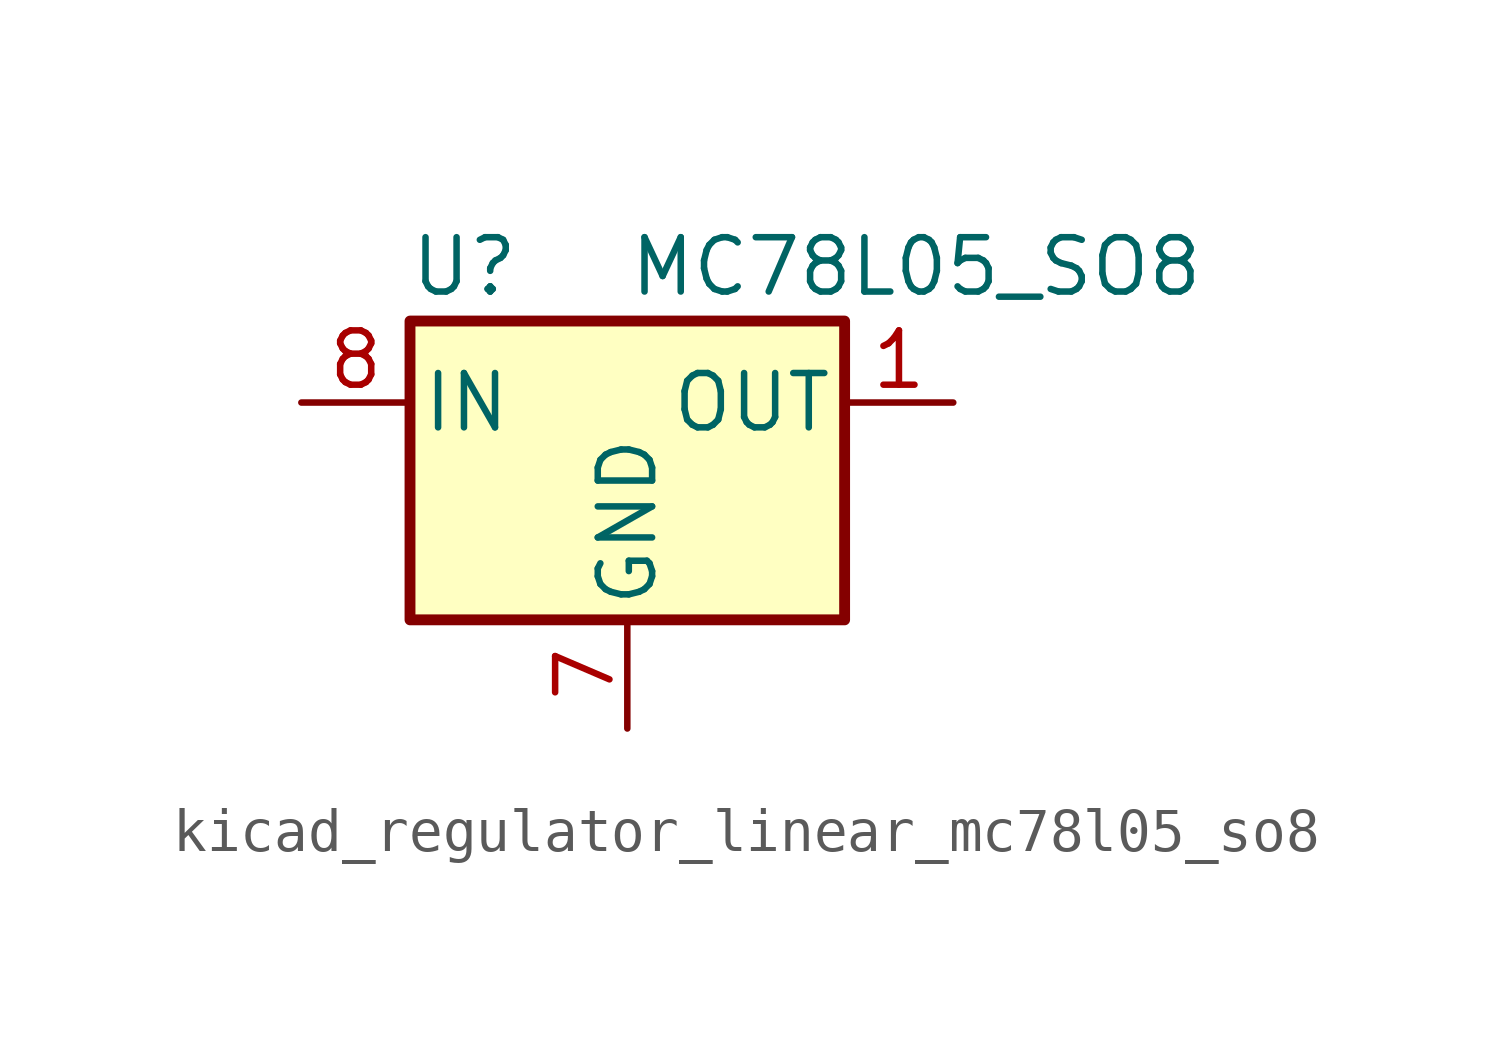
<source format=kicad_sym>
(kicad_symbol_lib
  (version 20220914)
  (generator kicad_symbol_editor)
  (symbol "kicad_regulator_linear_mc78l05_so8"
    (pin_names
      (offset 0.254))
    (property "Reference" "U"
      (at -3.81 3.175 0)
      (effects (font (size 1.27 1.27))))
    (property "Value" "MC78L05_SO8"
      (at 0 3.175 0)
      (effects (font (size 1.27 1.27)) (justify left)))
    (symbol "kicad_regulator_linear_mc78l05_so8_0_1"
      (rectangle (start -5.08 1.905) (end 5.08 -5.08) (stroke (width 0.254) (type default)) (fill (type background))))
    (symbol "kicad_regulator_linear_mc78l05_so8_1_1"
      (pin power_out line (at 7.62 0 180) (length 2.54) (name "OUT" (effects (font (size 1.27 1.27)))) (number "1" (effects (font (size 1.27 1.27)))))
      (pin passive line (at 0 -7.62 90) (length 2.54) hide (name "GND" (effects (font (size 1.27 1.27)))) (number "2" (effects (font (size 1.27 1.27)))))
      (pin passive line (at 0 -7.62 90) (length 2.54) hide (name "GND" (effects (font (size 1.27 1.27)))) (number "3" (effects (font (size 1.27 1.27)))))
      (pin no_connect line (at -5.08 -2.54 0) (length 2.54) hide (name "NC" (effects (font (size 1.27 1.27)))) (number "4" (effects (font (size 1.27 1.27)))))
      (pin no_connect line (at 5.08 -2.54 180) (length 2.54) hide (name "NC" (effects (font (size 1.27 1.27)))) (number "5" (effects (font (size 1.27 1.27)))))
      (pin passive line (at 0 -7.62 90) (length 2.54) hide (name "GND" (effects (font (size 1.27 1.27)))) (number "6" (effects (font (size 1.27 1.27)))))
      (pin power_in line (at 0 -7.62 90) (length 2.54) (name "GND" (effects (font (size 1.27 1.27)))) (number "7" (effects (font (size 1.27 1.27)))))
      (pin power_in line (at -7.62 0 0) (length 2.54) (name "IN" (effects (font (size 1.27 1.27)))) (number "8" (effects (font (size 1.27 1.27))))))))
</source>
